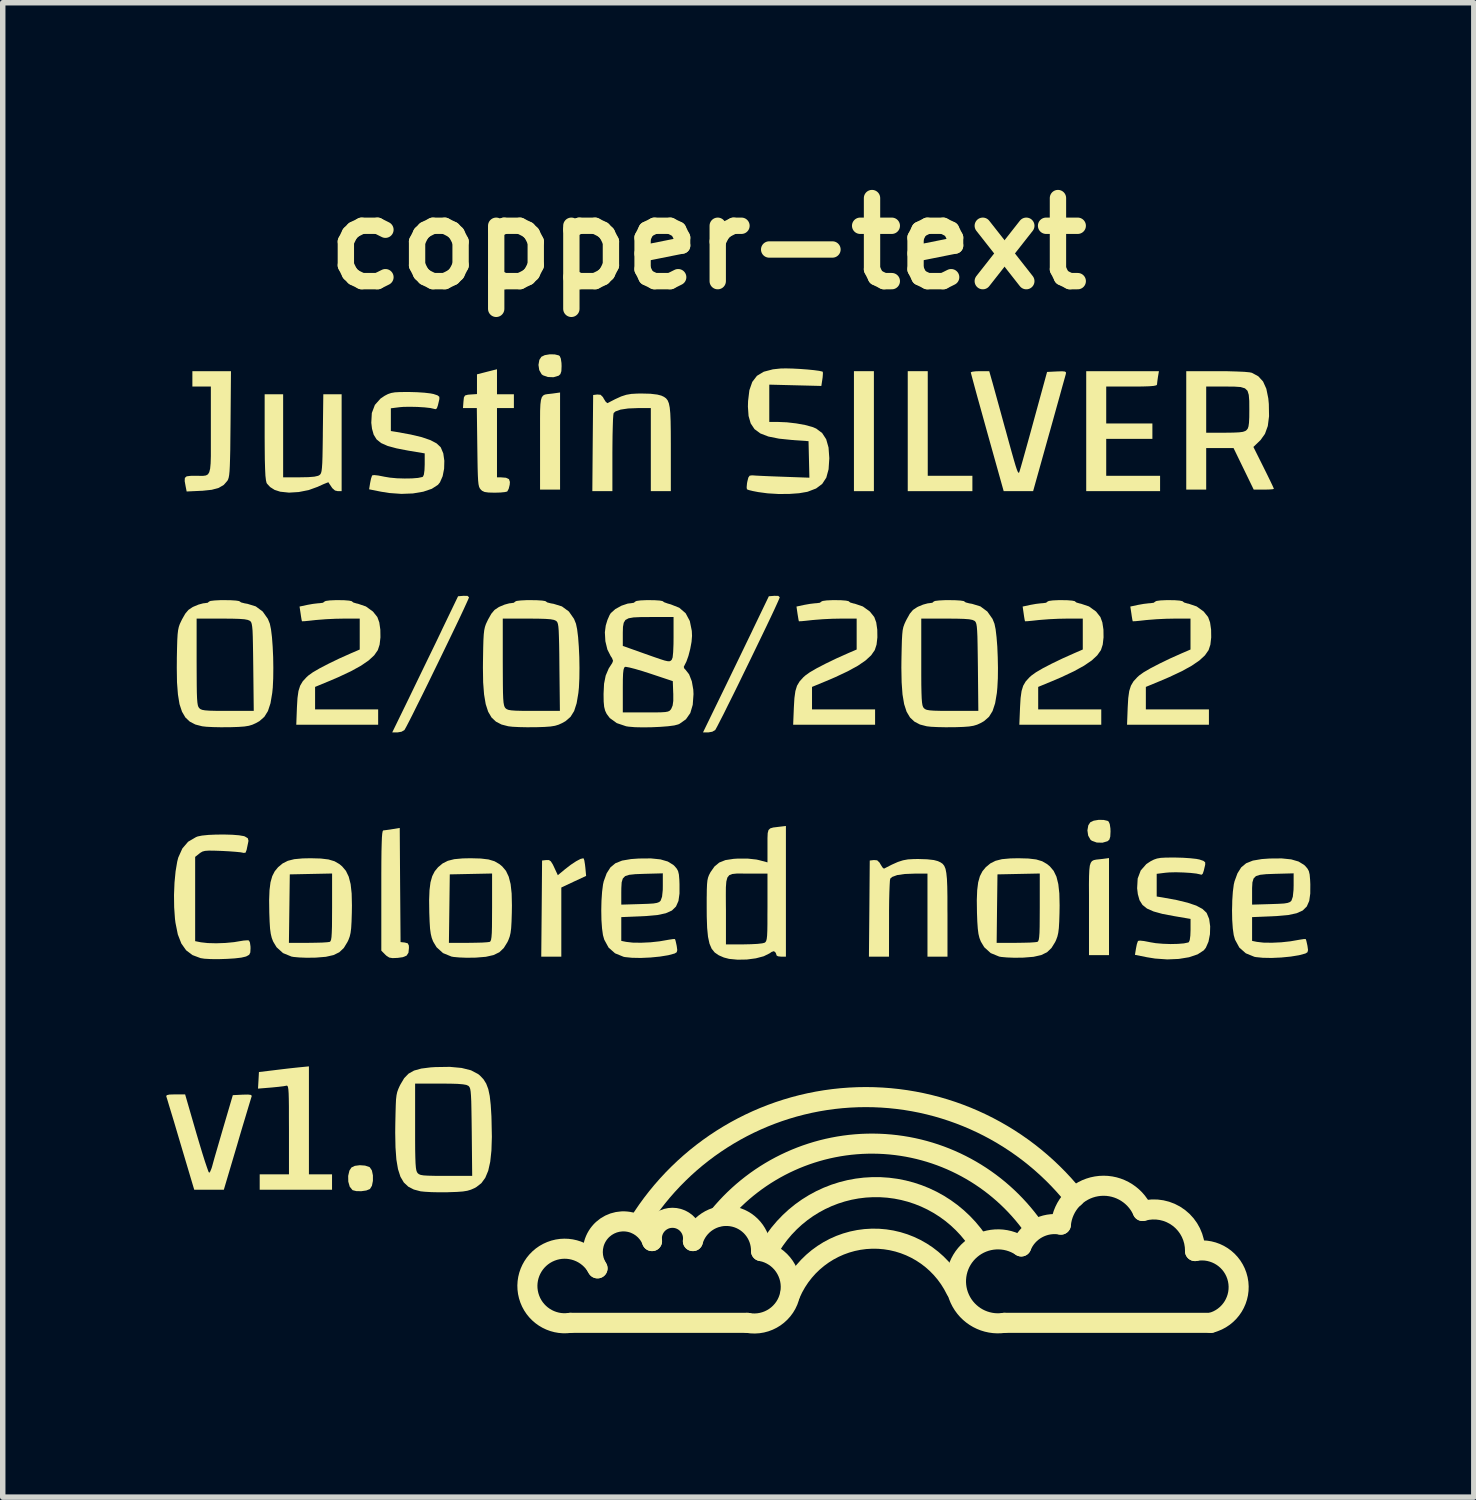
<source format=kicad_pcb>
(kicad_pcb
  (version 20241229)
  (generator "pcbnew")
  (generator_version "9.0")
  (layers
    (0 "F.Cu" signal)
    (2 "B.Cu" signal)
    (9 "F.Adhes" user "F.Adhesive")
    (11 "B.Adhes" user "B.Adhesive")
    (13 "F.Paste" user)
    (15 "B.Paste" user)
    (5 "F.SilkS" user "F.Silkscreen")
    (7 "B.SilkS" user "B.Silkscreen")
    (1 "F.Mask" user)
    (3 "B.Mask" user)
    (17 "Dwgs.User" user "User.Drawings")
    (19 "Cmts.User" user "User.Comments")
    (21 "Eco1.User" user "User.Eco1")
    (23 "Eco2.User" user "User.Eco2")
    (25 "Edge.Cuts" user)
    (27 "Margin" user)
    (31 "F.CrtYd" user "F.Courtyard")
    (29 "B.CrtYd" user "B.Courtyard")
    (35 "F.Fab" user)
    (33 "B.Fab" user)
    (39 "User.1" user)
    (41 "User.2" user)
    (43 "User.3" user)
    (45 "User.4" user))
  (footprint "copper-text"
    (layer "F.Cu")
    (at 9.935 11.418)
    (property "Reference" "copper-text" (at 0 -10 0) (layer "F.SilkS") (effects (font (size 1.524 1.524) (thickness 0.3))))
    (attr board_only exclude_from_pos_files exclude_from_bom)
    (fp_line (start -2.524 9.799) (end 0.726 9.799) (stroke (width 0.368) (type solid)) (layer "F.SilkS"))
    (fp_line (start 5.437 9.799) (end 9.226 9.799) (stroke (width 0.368) (type solid)) (layer "F.SilkS"))
    (fp_arc (start -2.524015 9.798953) (mid -3.238153 8.816883) (end -2.024015 8.798953) (stroke (width 0.368) (type solid)) (layer "F.SilkS"))
    (fp_arc (start -2.024015 8.798953) (mid -1.8 7.996982) (end -1.024015 8.298953) (stroke (width 0.368) (type solid)) (layer "F.SilkS"))
    (fp_arc (start -1.274015 7.983415) (mid 2.599899 5.666549) (end 6.725985 7.496982) (stroke (width 0.368) (type solid)) (layer "F.SilkS"))
    (fp_arc (start -1.024015 8.298953) (mid -0.649014 7.871747) (end -0.274015 8.298953) (stroke (width 0.368) (type solid)) (layer "F.SilkS"))
    (fp_arc (start -0.274015 8.298953) (mid 0.430875 7.84443) (end 0.975985 8.48186) (stroke (width 0.368) (type solid)) (layer "F.SilkS"))
    (fp_arc (start 0.2 7.84443) (mid 3.13874 6.51351) (end 5.975985 8.048953) (stroke (width 0.368) (type solid)) (layer "F.SilkS"))
    (fp_arc (start 0.975985 8.48186) (mid 1.514547 9.266357) (end 0.725985 9.798953) (stroke (width 0.368) (type solid)) (layer "F.SilkS"))
    (fp_arc (start 1.15 8.396982) (mid 3.022697 7.309481) (end 4.95 8.296982) (stroke (width 0.368) (type solid)) (layer "F.SilkS"))
    (fp_arc (start 1.514547 9.266357) (mid 3.009952 8.255013) (end 4.55 9.196982) (stroke (width 0.368) (type solid)) (layer "F.SilkS"))
    (fp_arc (start 5.437423 9.798953) (mid 4.570297 8.869791) (end 5.75 8.396982) (stroke (width 0.368) (type solid)) (layer "F.SilkS"))
    (fp_arc (start 5.75 8.396982) (mid 6.042477 8.069) (end 6.475985 7.996982) (stroke (width 0.368) (type solid)) (layer "F.SilkS"))
    (fp_arc (start 6.475985 7.996982) (mid 7.129774 7.294715) (end 7.975985 7.746982) (stroke (width 0.368) (type solid)) (layer "F.SilkS"))
    (fp_arc (start 7.975985 7.746982) (mid 8.640746 7.873639) (end 8.937423 8.48186) (stroke (width 0.368) (type solid)) (layer "F.SilkS"))
    (fp_arc (start 8.937423 8.48186) (mid 9.722565 9) (end 9.225985 9.798953) (stroke (width 0.368) (type solid)) (layer "F.SilkS"))
    (fp_poly (pts (xy 3.046 -5.458) (xy 2.68 -5.458) (xy 2.68 -7.659) (xy 3.046 -7.659)) (stroke (width 0) (type solid)) (fill yes) (layer "F.SilkS"))
    (fp_poly (pts (xy 4.034 -5.74) (xy 4.853 -5.74) (xy 4.853 -5.458) (xy 3.667 -5.458) (xy 3.667 -7.659) (xy 4.034 -7.659)) (stroke (width 0) (type solid)) (fill yes) (layer "F.SilkS"))
    (fp_poly (pts (xy -2.711 -5.486) (xy -3.078 -5.486) (xy -3.078 -6.345) (xy -3.078 -6.59) (xy -3.078 -6.785) (xy -3.077 -6.936) (xy -3.072 -7.048) (xy -3.062 -7.127) (xy -3.046 -7.18) (xy -3.022 -7.212) (xy -2.989 -7.23) (xy -2.945 -7.238) (xy -2.888 -7.244) (xy -2.845 -7.249) (xy -2.711 -7.268)) (stroke (width 0) (type solid)) (fill yes) (layer "F.SilkS"))
    (fp_poly (pts (xy 7.359 3.053) (xy 6.992 3.053) (xy 6.992 2.195) (xy 6.992 1.949) (xy 6.991 1.754) (xy 6.993 1.604) (xy 6.998 1.492) (xy 7.007 1.412) (xy 7.024 1.36) (xy 7.047 1.328) (xy 7.081 1.31) (xy 7.125 1.301) (xy 7.182 1.295) (xy 7.225 1.29) (xy 7.359 1.272)) (stroke (width 0) (type solid)) (fill yes) (layer "F.SilkS"))
    (fp_poly (pts (xy -2.81 -7.967) (xy -2.736 -7.949) (xy -2.717 -7.936) (xy -2.697 -7.89) (xy -2.685 -7.809) (xy -2.683 -7.753) (xy -2.687 -7.659) (xy -2.705 -7.605) (xy -2.737 -7.576) (xy -2.831 -7.548) (xy -2.935 -7.552) (xy -3.024 -7.583) (xy -3.05 -7.603) (xy -3.093 -7.679) (xy -3.107 -7.774) (xy -3.091 -7.866) (xy -3.054 -7.923) (xy -2.992 -7.953) (xy -2.903 -7.968)) (stroke (width 0) (type solid)) (fill yes) (layer "F.SilkS"))
    (fp_poly (pts (xy 7.26 0.573) (xy 7.333 0.59) (xy 7.353 0.604) (xy 7.373 0.65) (xy 7.385 0.73) (xy 7.387 0.786) (xy 7.382 0.881) (xy 7.365 0.935) (xy 7.332 0.964) (xy 7.239 0.991) (xy 7.134 0.988) (xy 7.046 0.956) (xy 7.02 0.937) (xy 6.977 0.861) (xy 6.963 0.765) (xy 6.979 0.673) (xy 7.015 0.617) (xy 7.078 0.587) (xy 7.167 0.572)) (stroke (width 0) (type solid)) (fill yes) (layer "F.SilkS"))
    (fp_poly (pts (xy -6.288 6.914) (xy -6.21 6.94) (xy -6.201 6.946) (xy -6.163 7.003) (xy -6.144 7.093) (xy -6.144 7.194) (xy -6.162 7.284) (xy -6.199 7.344) (xy -6.201 7.345) (xy -6.266 7.371) (xy -6.358 7.384) (xy -6.45 7.382) (xy -6.517 7.365) (xy -6.519 7.363) (xy -6.569 7.302) (xy -6.596 7.208) (xy -6.598 7.103) (xy -6.575 7.006) (xy -6.538 6.949) (xy -6.476 6.919) (xy -6.385 6.907)) (stroke (width 0) (type solid)) (fill yes) (layer "F.SilkS"))
    (fp_poly (pts (xy 8.257 -7.553) (xy 8.246 -7.475) (xy 8.24 -7.418) (xy 8.24 -7.412) (xy 8.225 -7.399) (xy 8.179 -7.389) (xy 8.095 -7.382) (xy 7.966 -7.378) (xy 7.788 -7.377) (xy 7.774 -7.377) (xy 7.308 -7.377) (xy 7.308 -6.7) (xy 8.155 -6.7) (xy 8.155 -6.417) (xy 7.308 -6.417) (xy 7.308 -5.74) (xy 8.296 -5.74) (xy 8.296 -5.458) (xy 6.941 -5.458) (xy 6.941 -7.659) (xy 8.275 -7.659)) (stroke (width 0) (type solid)) (fill yes) (layer "F.SilkS"))
    (fp_poly (pts (xy -2.278 1.281) (xy -2.266 1.316) (xy -2.254 1.389) (xy -2.247 1.449) (xy -2.233 1.6) (xy -2.461 1.706) (xy -2.688 1.813) (xy -2.688 3.082) (xy -3.056 3.082) (xy -3.048 2.2) (xy -3.041 1.318) (xy -2.963 1.309) (xy -2.915 1.309) (xy -2.88 1.333) (xy -2.844 1.39) (xy -2.819 1.443) (xy -2.752 1.587) (xy -2.618 1.476) (xy -2.513 1.395) (xy -2.416 1.331) (xy -2.337 1.289) (xy -2.287 1.277)) (stroke (width 0) (type solid)) (fill yes) (layer "F.SilkS"))
    (fp_poly (pts (xy -7.318 7.075) (xy -6.894 7.075) (xy -6.894 7.357) (xy -8.221 7.357) (xy -8.221 7.075) (xy -7.684 7.075) (xy -7.684 6.255) (xy -7.685 6.018) (xy -7.685 5.832) (xy -7.687 5.69) (xy -7.69 5.588) (xy -7.695 5.518) (xy -7.702 5.475) (xy -7.711 5.454) (xy -7.723 5.447) (xy -7.734 5.449) (xy -7.784 5.458) (xy -7.874 5.469) (xy -7.985 5.48) (xy -8.018 5.483) (xy -8.252 5.502) (xy -8.243 5.35) (xy -8.235 5.198) (xy -7.97 5.166) (xy -7.824 5.148) (xy -7.671 5.13) (xy -7.54 5.116) (xy -7.512 5.113) (xy -7.318 5.094)) (stroke (width 0) (type solid)) (fill yes) (layer "F.SilkS"))
    (fp_poly (pts (xy -5.645 1.767) (xy -5.637 2.814) (xy -5.56 2.822) (xy -5.505 2.837) (xy -5.485 2.877) (xy -5.483 2.921) (xy -5.492 3.009) (xy -5.526 3.062) (xy -5.596 3.091) (xy -5.689 3.104) (xy -5.784 3.108) (xy -5.844 3.098) (xy -5.892 3.068) (xy -5.918 3.044) (xy -5.99 2.971) (xy -5.99 1.869) (xy -5.99 1.579) (xy -5.989 1.34) (xy -5.987 1.15) (xy -5.983 1.003) (xy -5.979 0.895) (xy -5.973 0.823) (xy -5.965 0.781) (xy -5.956 0.766) (xy -5.955 0.766) (xy -5.908 0.76) (xy -5.828 0.749) (xy -5.786 0.742) (xy -5.652 0.72)) (stroke (width 0) (type solid)) (fill yes) (layer "F.SilkS"))
    (fp_poly (pts (xy -4.409 -3.537) (xy -4.383 -3.513) (xy -4.382 -3.509) (xy -4.394 -3.477) (xy -4.429 -3.4) (xy -4.482 -3.284) (xy -4.551 -3.137) (xy -4.634 -2.963) (xy -4.727 -2.77) (xy -4.827 -2.563) (xy -4.931 -2.348) (xy -5.037 -2.131) (xy -5.14 -1.919) (xy -5.239 -1.718) (xy -5.331 -1.534) (xy -5.411 -1.372) (xy -5.478 -1.24) (xy -5.529 -1.142) (xy -5.56 -1.086) (xy -5.566 -1.076) (xy -5.619 -1.045) (xy -5.694 -1.032) (xy -5.696 -1.032) (xy -5.79 -1.032) (xy -5.477 -1.674) (xy -5.369 -1.898) (xy -5.247 -2.15) (xy -5.121 -2.41) (xy -4.999 -2.661) (xy -4.892 -2.884) (xy -4.874 -2.923) (xy -4.582 -3.53) (xy -4.482 -3.538)) (stroke (width 0) (type solid)) (fill yes) (layer "F.SilkS"))
    (fp_poly (pts (xy 1.292 -3.537) (xy 1.318 -3.513) (xy 1.318 -3.509) (xy 1.306 -3.477) (xy 1.272 -3.4) (xy 1.219 -3.284) (xy 1.15 -3.137) (xy 1.067 -2.963) (xy 0.974 -2.77) (xy 0.874 -2.563) (xy 0.77 -2.348) (xy 0.664 -2.131) (xy 0.561 -1.919) (xy 0.462 -1.718) (xy 0.37 -1.534) (xy 0.29 -1.372) (xy 0.222 -1.24) (xy 0.172 -1.142) (xy 0.141 -1.086) (xy 0.135 -1.076) (xy 0.082 -1.045) (xy 0.007 -1.032) (xy 0.004 -1.032) (xy -0.089 -1.032) (xy 0.223 -1.674) (xy 0.332 -1.898) (xy 0.454 -2.15) (xy 0.58 -2.41) (xy 0.701 -2.661) (xy 0.809 -2.884) (xy 0.827 -2.923) (xy 1.119 -3.53) (xy 1.219 -3.538)) (stroke (width 0) (type solid)) (fill yes) (layer "F.SilkS"))
    (fp_poly (pts (xy -8.756 -6.691) (xy -8.759 -6.429) (xy -8.761 -6.217) (xy -8.765 -6.049) (xy -8.769 -5.921) (xy -8.774 -5.825) (xy -8.781 -5.755) (xy -8.79 -5.706) (xy -8.801 -5.672) (xy -8.814 -5.648) (xy -8.882 -5.571) (xy -8.975 -5.517) (xy -9.101 -5.483) (xy -9.272 -5.465) (xy -9.304 -5.464) (xy -9.561 -5.452) (xy -9.579 -5.543) (xy -9.597 -5.642) (xy -9.594 -5.701) (xy -9.561 -5.73) (xy -9.489 -5.739) (xy -9.402 -5.74) (xy -9.32 -5.739) (xy -9.256 -5.739) (xy -9.207 -5.746) (xy -9.17 -5.767) (xy -9.146 -5.807) (xy -9.13 -5.872) (xy -9.121 -5.968) (xy -9.117 -6.101) (xy -9.117 -6.277) (xy -9.117 -6.502) (xy -9.117 -6.576) (xy -9.117 -7.377) (xy -9.456 -7.377) (xy -9.456 -7.659) (xy -8.748 -7.659)) (stroke (width 0) (type solid)) (fill yes) (layer "F.SilkS"))
    (fp_poly (pts (xy -7.791 -5.712) (xy -7.486 -5.712) (xy -7.327 -5.715) (xy -7.217 -5.724) (xy -7.148 -5.74) (xy -7.126 -5.752) (xy -7.109 -5.767) (xy -7.096 -5.79) (xy -7.086 -5.828) (xy -7.079 -5.887) (xy -7.073 -5.974) (xy -7.069 -6.095) (xy -7.066 -6.259) (xy -7.063 -6.471) (xy -7.063 -6.514) (xy -7.054 -7.236) (xy -6.718 -7.236) (xy -6.718 -5.458) (xy -6.788 -5.458) (xy -6.84 -5.47) (xy -6.889 -5.513) (xy -6.945 -5.596) (xy -6.96 -5.621) (xy -6.985 -5.613) (xy -7.049 -5.587) (xy -7.138 -5.547) (xy -7.154 -5.539) (xy -7.322 -5.478) (xy -7.504 -5.442) (xy -7.683 -5.431) (xy -7.844 -5.448) (xy -7.947 -5.481) (xy -8.029 -5.533) (xy -8.087 -5.596) (xy -8.095 -5.61) (xy -8.106 -5.657) (xy -8.116 -5.741) (xy -8.122 -5.868) (xy -8.127 -6.041) (xy -8.129 -6.264) (xy -8.13 -6.461) (xy -8.13 -7.236) (xy -7.791 -7.236)) (stroke (width 0) (type solid)) (fill yes) (layer "F.SilkS"))
    (fp_poly (pts (xy -3.868 -7.236) (xy -3.558 -7.236) (xy -3.558 -6.982) (xy -3.868 -6.982) (xy -3.868 -5.712) (xy -3.805 -5.712) (xy -3.703 -5.704) (xy -3.648 -5.678) (xy -3.631 -5.627) (xy -3.635 -5.575) (xy -3.653 -5.502) (xy -3.678 -5.455) (xy -3.682 -5.451) (xy -3.724 -5.441) (xy -3.805 -5.433) (xy -3.909 -5.43) (xy -3.913 -5.43) (xy -4.024 -5.433) (xy -4.095 -5.443) (xy -4.142 -5.465) (xy -4.167 -5.489) (xy -4.184 -5.511) (xy -4.197 -5.541) (xy -4.207 -5.586) (xy -4.214 -5.652) (xy -4.219 -5.748) (xy -4.223 -5.879) (xy -4.226 -6.053) (xy -4.229 -6.265) (xy -4.238 -6.982) (xy -4.492 -6.982) (xy -4.483 -7.102) (xy -4.475 -7.177) (xy -4.454 -7.213) (xy -4.403 -7.227) (xy -4.355 -7.231) (xy -4.235 -7.239) (xy -4.235 -7.601) (xy -4.129 -7.628) (xy -4.036 -7.652) (xy -3.952 -7.673) (xy -3.946 -7.675) (xy -3.868 -7.694)) (stroke (width 0) (type solid)) (fill yes) (layer "F.SilkS"))
    (fp_poly (pts (xy -9.589 5.608) (xy -9.381 6.327) (xy -9.324 6.519) (xy -9.272 6.691) (xy -9.226 6.837) (xy -9.188 6.949) (xy -9.162 7.022) (xy -9.148 7.047) (xy -9.128 7.022) (xy -9.103 6.96) (xy -9.093 6.927) (xy -9.076 6.864) (xy -9.046 6.757) (xy -9.005 6.616) (xy -8.957 6.451) (xy -8.905 6.272) (xy -8.888 6.214) (xy -8.714 5.622) (xy -8.534 5.613) (xy -8.434 5.611) (xy -8.381 5.618) (xy -8.367 5.635) (xy -8.368 5.641) (xy -8.379 5.677) (xy -8.404 5.759) (xy -8.441 5.882) (xy -8.488 6.039) (xy -8.543 6.221) (xy -8.603 6.424) (xy -8.63 6.518) (xy -8.879 7.357) (xy -9.422 7.357) (xy -9.672 6.518) (xy -9.734 6.309) (xy -9.791 6.116) (xy -9.842 5.948) (xy -9.884 5.81) (xy -9.914 5.709) (xy -9.932 5.652) (xy -9.935 5.643) (xy -9.926 5.622) (xy -9.876 5.611) (xy -9.778 5.608) (xy -9.769 5.608)) (stroke (width 0) (type solid)) (fill yes) (layer "F.SilkS"))
    (fp_poly (pts (xy -1.055 -7.245) (xy -0.928 -7.23) (xy -0.854 -7.211) (xy -0.805 -7.188) (xy -0.767 -7.161) (xy -0.737 -7.123) (xy -0.715 -7.069) (xy -0.699 -6.991) (xy -0.689 -6.885) (xy -0.683 -6.742) (xy -0.68 -6.558) (xy -0.679 -6.326) (xy -0.679 -6.235) (xy -0.679 -5.458) (xy -1.046 -5.458) (xy -1.046 -6.982) (xy -1.279 -6.982) (xy -1.461 -6.975) (xy -1.601 -6.954) (xy -1.694 -6.921) (xy -1.728 -6.891) (xy -1.734 -6.854) (xy -1.74 -6.768) (xy -1.744 -6.642) (xy -1.748 -6.485) (xy -1.75 -6.303) (xy -1.751 -6.156) (xy -1.751 -5.458) (xy -2.119 -5.458) (xy -2.112 -6.34) (xy -2.104 -7.222) (xy -2.028 -7.231) (xy -1.968 -7.226) (xy -1.925 -7.184) (xy -1.907 -7.151) (xy -1.872 -7.096) (xy -1.844 -7.073) (xy -1.841 -7.073) (xy -1.699 -7.146) (xy -1.589 -7.196) (xy -1.496 -7.226) (xy -1.403 -7.242) (xy -1.295 -7.248) (xy -1.215 -7.249)) (stroke (width 0) (type solid)) (fill yes) (layer "F.SilkS"))
    (fp_poly (pts (xy 4.02 1.295) (xy 4.146 1.309) (xy 4.22 1.329) (xy 4.269 1.352) (xy 4.308 1.379) (xy 4.337 1.416) (xy 4.36 1.471) (xy 4.375 1.548) (xy 4.386 1.655) (xy 4.392 1.797) (xy 4.395 1.981) (xy 4.395 2.214) (xy 4.396 2.304) (xy 4.396 3.082) (xy 4.029 3.082) (xy 4.029 1.558) (xy 3.796 1.558) (xy 3.613 1.565) (xy 3.473 1.585) (xy 3.381 1.619) (xy 3.347 1.649) (xy 3.34 1.686) (xy 3.335 1.771) (xy 3.33 1.897) (xy 3.326 2.055) (xy 3.324 2.237) (xy 3.324 2.383) (xy 3.323 3.082) (xy 2.955 3.082) (xy 2.963 2.2) (xy 2.97 1.318) (xy 3.046 1.309) (xy 3.106 1.314) (xy 3.149 1.355) (xy 3.168 1.388) (xy 3.203 1.444) (xy 3.23 1.467) (xy 3.233 1.466) (xy 3.376 1.393) (xy 3.486 1.344) (xy 3.579 1.314) (xy 3.671 1.297) (xy 3.779 1.291) (xy 3.859 1.29)) (stroke (width 0) (type solid)) (fill yes) (layer "F.SilkS"))
    (fp_poly (pts (xy 5.204 -7.511) (xy 5.223 -7.445) (xy 5.254 -7.333) (xy 5.295 -7.184) (xy 5.344 -7.007) (xy 5.398 -6.81) (xy 5.455 -6.602) (xy 5.459 -6.59) (xy 5.523 -6.356) (xy 5.574 -6.172) (xy 5.614 -6.031) (xy 5.644 -5.929) (xy 5.667 -5.859) (xy 5.684 -5.817) (xy 5.696 -5.798) (xy 5.705 -5.795) (xy 5.71 -5.799) (xy 5.72 -5.828) (xy 5.743 -5.905) (xy 5.777 -6.024) (xy 5.82 -6.178) (xy 5.871 -6.361) (xy 5.928 -6.567) (xy 5.972 -6.728) (xy 6.223 -7.645) (xy 6.402 -7.654) (xy 6.499 -7.657) (xy 6.551 -7.652) (xy 6.57 -7.637) (xy 6.568 -7.611) (xy 6.558 -7.574) (xy 6.534 -7.488) (xy 6.498 -7.36) (xy 6.453 -7.196) (xy 6.399 -7.003) (xy 6.339 -6.787) (xy 6.274 -6.554) (xy 6.261 -6.509) (xy 5.967 -5.458) (xy 5.697 -5.458) (xy 5.427 -5.458) (xy 5.125 -6.537) (xy 5.059 -6.775) (xy 4.998 -6.995) (xy 4.943 -7.192) (xy 4.897 -7.361) (xy 4.861 -7.494) (xy 4.836 -7.588) (xy 4.824 -7.634) (xy 4.824 -7.638) (xy 4.85 -7.649) (xy 4.917 -7.657) (xy 4.993 -7.659) (xy 5.162 -7.659)) (stroke (width 0) (type solid)) (fill yes) (layer "F.SilkS"))
    (fp_poly (pts (xy 9.534 -7.658) (xy 9.704 -7.653) (xy 9.842 -7.647) (xy 9.938 -7.638) (xy 9.98 -7.629) (xy 10.098 -7.565) (xy 10.185 -7.47) (xy 10.245 -7.337) (xy 10.281 -7.161) (xy 10.291 -7.057) (xy 10.295 -6.833) (xy 10.272 -6.653) (xy 10.22 -6.509) (xy 10.138 -6.394) (xy 10.122 -6.379) (xy 10.008 -6.269) (xy 10.196 -5.892) (xy 10.262 -5.759) (xy 10.318 -5.644) (xy 10.359 -5.558) (xy 10.381 -5.508) (xy 10.384 -5.5) (xy 10.358 -5.493) (xy 10.291 -5.488) (xy 10.199 -5.486) (xy 10.014 -5.486) (xy 9.829 -5.867) (xy 9.644 -6.248) (xy 9.142 -6.248) (xy 9.142 -5.486) (xy 8.776 -5.486) (xy 8.776 -6.53) (xy 9.142 -6.53) (xy 9.486 -6.53) (xy 9.638 -6.532) (xy 9.745 -6.537) (xy 9.815 -6.546) (xy 9.86 -6.562) (xy 9.881 -6.577) (xy 9.904 -6.605) (xy 9.918 -6.646) (xy 9.927 -6.711) (xy 9.932 -6.812) (xy 9.933 -6.956) (xy 9.932 -7.113) (xy 9.923 -7.224) (xy 9.9 -7.299) (xy 9.853 -7.344) (xy 9.774 -7.368) (xy 9.655 -7.376) (xy 9.489 -7.377) (xy 9.475 -7.377) (xy 9.142 -7.377) (xy 9.142 -6.53) (xy 8.776 -6.53) (xy 8.776 -7.659) (xy 9.338 -7.659)) (stroke (width 0) (type solid)) (fill yes) (layer "F.SilkS"))
    (fp_poly (pts (xy -6.669 -3.457) (xy -6.583 -3.45) (xy -6.534 -3.44) (xy -6.527 -3.434) (xy -6.502 -3.415) (xy -6.441 -3.397) (xy -6.419 -3.393) (xy -6.273 -3.343) (xy -6.144 -3.25) (xy -6.063 -3.149) (xy -6.027 -3.05) (xy -6.008 -2.918) (xy -6.006 -2.776) (xy -6.021 -2.643) (xy -6.054 -2.542) (xy -6.121 -2.446) (xy -6.223 -2.352) (xy -6.363 -2.256) (xy -6.546 -2.155) (xy -6.778 -2.046) (xy -6.944 -1.975) (xy -7.205 -1.867) (xy -7.205 -1.455) (xy -6.048 -1.455) (xy -6.048 -1.173) (xy -7.55 -1.173) (xy -7.538 -1.491) (xy -7.528 -1.662) (xy -7.51 -1.791) (xy -7.479 -1.889) (xy -7.432 -1.969) (xy -7.363 -2.044) (xy -7.327 -2.077) (xy -7.246 -2.135) (xy -7.119 -2.209) (xy -6.955 -2.294) (xy -6.761 -2.388) (xy -6.544 -2.485) (xy -6.52 -2.495) (xy -6.386 -2.553) (xy -6.386 -3.12) (xy -6.676 -3.12) (xy -6.833 -3.117) (xy -7.004 -3.109) (xy -7.157 -3.097) (xy -7.203 -3.093) (xy -7.311 -3.081) (xy -7.395 -3.073) (xy -7.441 -3.071) (xy -7.446 -3.072) (xy -7.453 -3.101) (xy -7.464 -3.167) (xy -7.47 -3.21) (xy -7.49 -3.341) (xy -7.346 -3.372) (xy -7.244 -3.39) (xy -7.151 -3.401) (xy -7.119 -3.403) (xy -7.06 -3.411) (xy -7.035 -3.431) (xy -7.009 -3.444) (xy -6.935 -3.454) (xy -6.823 -3.459) (xy -6.781 -3.459)) (stroke (width 0) (type solid)) (fill yes) (layer "F.SilkS"))
    (fp_poly (pts (xy 2.446 -3.457) (xy 2.533 -3.45) (xy 2.582 -3.44) (xy 2.588 -3.434) (xy 2.613 -3.415) (xy 2.675 -3.397) (xy 2.697 -3.393) (xy 2.843 -3.343) (xy 2.972 -3.25) (xy 3.053 -3.149) (xy 3.089 -3.05) (xy 3.108 -2.918) (xy 3.11 -2.776) (xy 3.095 -2.643) (xy 3.062 -2.542) (xy 2.995 -2.446) (xy 2.893 -2.352) (xy 2.753 -2.256) (xy 2.569 -2.155) (xy 2.338 -2.046) (xy 2.172 -1.975) (xy 1.911 -1.867) (xy 1.911 -1.455) (xy 3.068 -1.455) (xy 3.068 -1.173) (xy 1.565 -1.173) (xy 1.578 -1.491) (xy 1.588 -1.662) (xy 1.606 -1.791) (xy 1.636 -1.889) (xy 1.684 -1.969) (xy 1.752 -2.044) (xy 1.789 -2.077) (xy 1.87 -2.135) (xy 1.997 -2.209) (xy 2.161 -2.294) (xy 2.355 -2.388) (xy 2.572 -2.485) (xy 2.595 -2.495) (xy 2.73 -2.553) (xy 2.73 -3.12) (xy 2.44 -3.12) (xy 2.282 -3.117) (xy 2.112 -3.109) (xy 1.959 -3.097) (xy 1.913 -3.093) (xy 1.804 -3.081) (xy 1.721 -3.073) (xy 1.674 -3.071) (xy 1.67 -3.072) (xy 1.663 -3.101) (xy 1.652 -3.167) (xy 1.645 -3.21) (xy 1.626 -3.341) (xy 1.77 -3.372) (xy 1.872 -3.39) (xy 1.965 -3.401) (xy 1.997 -3.403) (xy 2.056 -3.411) (xy 2.08 -3.431) (xy 2.107 -3.444) (xy 2.181 -3.454) (xy 2.292 -3.459) (xy 2.334 -3.459)) (stroke (width 0) (type solid)) (fill yes) (layer "F.SilkS"))
    (fp_poly (pts (xy 6.595 -3.457) (xy 6.682 -3.45) (xy 6.731 -3.44) (xy 6.737 -3.434) (xy 6.762 -3.415) (xy 6.824 -3.397) (xy 6.845 -3.393) (xy 6.992 -3.343) (xy 7.121 -3.25) (xy 7.201 -3.149) (xy 7.237 -3.05) (xy 7.257 -2.918) (xy 7.259 -2.776) (xy 7.244 -2.643) (xy 7.211 -2.542) (xy 7.143 -2.446) (xy 7.042 -2.352) (xy 6.901 -2.256) (xy 6.718 -2.155) (xy 6.487 -2.046) (xy 6.321 -1.975) (xy 6.06 -1.867) (xy 6.06 -1.455) (xy 7.217 -1.455) (xy 7.217 -1.173) (xy 5.714 -1.173) (xy 5.727 -1.491) (xy 5.737 -1.662) (xy 5.755 -1.791) (xy 5.785 -1.889) (xy 5.832 -1.969) (xy 5.901 -2.044) (xy 5.938 -2.077) (xy 6.019 -2.135) (xy 6.145 -2.209) (xy 6.309 -2.294) (xy 6.504 -2.388) (xy 6.721 -2.485) (xy 6.744 -2.495) (xy 6.878 -2.553) (xy 6.878 -3.12) (xy 6.589 -3.12) (xy 6.431 -3.117) (xy 6.261 -3.109) (xy 6.107 -3.097) (xy 6.062 -3.093) (xy 5.953 -3.081) (xy 5.869 -3.073) (xy 5.823 -3.071) (xy 5.818 -3.072) (xy 5.811 -3.101) (xy 5.8 -3.167) (xy 5.794 -3.21) (xy 5.775 -3.341) (xy 5.919 -3.372) (xy 6.02 -3.39) (xy 6.113 -3.401) (xy 6.146 -3.403) (xy 6.205 -3.411) (xy 6.229 -3.431) (xy 6.256 -3.444) (xy 6.33 -3.454) (xy 6.441 -3.459) (xy 6.483 -3.459)) (stroke (width 0) (type solid)) (fill yes) (layer "F.SilkS"))
    (fp_poly (pts (xy 8.571 -3.457) (xy 8.657 -3.45) (xy 8.706 -3.44) (xy 8.713 -3.434) (xy 8.738 -3.415) (xy 8.799 -3.397) (xy 8.821 -3.393) (xy 8.967 -3.343) (xy 9.096 -3.25) (xy 9.177 -3.149) (xy 9.213 -3.05) (xy 9.232 -2.918) (xy 9.234 -2.776) (xy 9.219 -2.643) (xy 9.186 -2.542) (xy 9.119 -2.446) (xy 9.017 -2.352) (xy 8.877 -2.256) (xy 8.694 -2.155) (xy 8.462 -2.046) (xy 8.296 -1.975) (xy 8.035 -1.867) (xy 8.035 -1.455) (xy 9.192 -1.455) (xy 9.192 -1.173) (xy 7.69 -1.173) (xy 7.702 -1.491) (xy 7.712 -1.662) (xy 7.73 -1.791) (xy 7.761 -1.889) (xy 7.808 -1.969) (xy 7.877 -2.044) (xy 7.913 -2.077) (xy 7.994 -2.135) (xy 8.121 -2.209) (xy 8.285 -2.294) (xy 8.479 -2.388) (xy 8.696 -2.485) (xy 8.72 -2.495) (xy 8.854 -2.553) (xy 8.854 -3.12) (xy 8.565 -3.12) (xy 8.407 -3.117) (xy 8.236 -3.109) (xy 8.083 -3.097) (xy 8.037 -3.093) (xy 7.929 -3.081) (xy 7.845 -3.073) (xy 7.799 -3.071) (xy 7.794 -3.072) (xy 7.787 -3.101) (xy 7.776 -3.167) (xy 7.77 -3.21) (xy 7.75 -3.341) (xy 7.894 -3.372) (xy 7.996 -3.39) (xy 8.089 -3.401) (xy 8.121 -3.403) (xy 8.18 -3.411) (xy 8.205 -3.431) (xy 8.231 -3.444) (xy 8.305 -3.454) (xy 8.417 -3.459) (xy 8.459 -3.459)) (stroke (width 0) (type solid)) (fill yes) (layer "F.SilkS"))
    (fp_poly (pts (xy -8.724 0.845) (xy -8.6 0.855) (xy -8.512 0.87) (xy -8.494 0.876) (xy -8.439 0.909) (xy -8.427 0.955) (xy -8.431 0.979) (xy -8.449 1.065) (xy -8.461 1.123) (xy -8.481 1.174) (xy -8.518 1.178) (xy -8.524 1.176) (xy -8.57 1.167) (xy -8.66 1.158) (xy -8.78 1.149) (xy -8.911 1.142) (xy -9.056 1.137) (xy -9.156 1.136) (xy -9.224 1.141) (xy -9.27 1.153) (xy -9.307 1.174) (xy -9.328 1.19) (xy -9.405 1.251) (xy -9.405 2.797) (xy -9.299 2.818) (xy -9.175 2.832) (xy -9.018 2.836) (xy -8.849 2.83) (xy -8.691 2.815) (xy -8.608 2.801) (xy -8.516 2.786) (xy -8.446 2.781) (xy -8.418 2.785) (xy -8.4 2.822) (xy -8.39 2.893) (xy -8.389 2.925) (xy -8.393 3.004) (xy -8.414 3.047) (xy -8.462 3.074) (xy -8.481 3.081) (xy -8.559 3.099) (xy -8.678 3.113) (xy -8.821 3.122) (xy -8.972 3.127) (xy -9.116 3.126) (xy -9.235 3.119) (xy -9.306 3.108) (xy -9.453 3.053) (xy -9.57 2.965) (xy -9.658 2.841) (xy -9.723 2.674) (xy -9.766 2.46) (xy -9.775 2.39) (xy -9.79 2.178) (xy -9.793 1.951) (xy -9.784 1.725) (xy -9.764 1.516) (xy -9.734 1.338) (xy -9.715 1.264) (xy -9.64 1.097) (xy -9.534 0.973) (xy -9.389 0.888) (xy -9.358 0.876) (xy -9.279 0.86) (xy -9.161 0.848) (xy -9.019 0.842) (xy -8.868 0.841)) (stroke (width 0) (type solid)) (fill yes) (layer "F.SilkS"))
    (fp_poly (pts (xy -7.102 1.281) (xy -6.96 1.298) (xy -6.849 1.331) (xy -6.759 1.383) (xy -6.708 1.426) (xy -6.639 1.508) (xy -6.588 1.614) (xy -6.553 1.75) (xy -6.534 1.923) (xy -6.529 2.141) (xy -6.531 2.276) (xy -6.536 2.439) (xy -6.543 2.558) (xy -6.554 2.645) (xy -6.57 2.713) (xy -6.593 2.775) (xy -6.612 2.814) (xy -6.678 2.922) (xy -6.76 3) (xy -6.866 3.052) (xy -7.007 3.084) (xy -7.192 3.099) (xy -7.231 3.1) (xy -7.368 3.101) (xy -7.496 3.096) (xy -7.596 3.087) (xy -7.637 3.08) (xy -7.793 3.016) (xy -7.911 2.909) (xy -7.96 2.828) (xy -7.685 2.828) (xy -7.334 2.828) (xy -7.195 2.826) (xy -7.075 2.823) (xy -6.985 2.817) (xy -6.939 2.811) (xy -6.938 2.811) (xy -6.923 2.799) (xy -6.912 2.772) (xy -6.904 2.722) (xy -6.899 2.644) (xy -6.895 2.529) (xy -6.894 2.372) (xy -6.893 2.175) (xy -6.893 1.556) (xy -7.281 1.564) (xy -7.669 1.572) (xy -7.677 2.2) (xy -7.685 2.828) (xy -7.96 2.828) (xy -7.975 2.802) (xy -8 2.737) (xy -8.018 2.662) (xy -8.031 2.567) (xy -8.039 2.438) (xy -8.045 2.275) (xy -8.048 2.044) (xy -8.041 1.861) (xy -8.023 1.718) (xy -7.991 1.605) (xy -7.945 1.515) (xy -7.884 1.441) (xy -7.8 1.371) (xy -7.705 1.323) (xy -7.587 1.293) (xy -7.434 1.279) (xy -7.288 1.276)) (stroke (width 0) (type solid)) (fill yes) (layer "F.SilkS"))
    (fp_poly (pts (xy -4.167 1.281) (xy -4.024 1.298) (xy -3.914 1.331) (xy -3.824 1.383) (xy -3.772 1.426) (xy -3.703 1.508) (xy -3.653 1.614) (xy -3.618 1.75) (xy -3.599 1.923) (xy -3.594 2.141) (xy -3.596 2.276) (xy -3.601 2.439) (xy -3.608 2.558) (xy -3.619 2.645) (xy -3.635 2.713) (xy -3.658 2.775) (xy -3.676 2.814) (xy -3.743 2.922) (xy -3.824 3) (xy -3.931 3.052) (xy -4.072 3.084) (xy -4.257 3.099) (xy -4.295 3.1) (xy -4.433 3.101) (xy -4.56 3.096) (xy -4.661 3.087) (xy -4.702 3.08) (xy -4.858 3.016) (xy -4.976 2.909) (xy -5.025 2.828) (xy -4.75 2.828) (xy -4.399 2.828) (xy -4.26 2.826) (xy -4.14 2.823) (xy -4.05 2.817) (xy -4.004 2.811) (xy -4.003 2.811) (xy -3.988 2.799) (xy -3.977 2.772) (xy -3.969 2.722) (xy -3.963 2.644) (xy -3.96 2.529) (xy -3.959 2.372) (xy -3.958 2.175) (xy -3.958 1.556) (xy -4.346 1.564) (xy -4.734 1.572) (xy -4.742 2.2) (xy -4.75 2.828) (xy -5.025 2.828) (xy -5.04 2.802) (xy -5.065 2.737) (xy -5.083 2.662) (xy -5.096 2.567) (xy -5.104 2.438) (xy -5.11 2.275) (xy -5.113 2.044) (xy -5.106 1.861) (xy -5.088 1.718) (xy -5.056 1.605) (xy -5.01 1.515) (xy -4.949 1.441) (xy -4.865 1.371) (xy -4.77 1.323) (xy -4.652 1.293) (xy -4.498 1.279) (xy -4.353 1.276)) (stroke (width 0) (type solid)) (fill yes) (layer "F.SilkS"))
    (fp_poly (pts (xy 5.88 1.281) (xy 6.023 1.298) (xy 6.133 1.331) (xy 6.223 1.383) (xy 6.275 1.426) (xy 6.344 1.508) (xy 6.395 1.614) (xy 6.429 1.75) (xy 6.448 1.923) (xy 6.453 2.141) (xy 6.451 2.276) (xy 6.446 2.439) (xy 6.439 2.558) (xy 6.428 2.645) (xy 6.412 2.713) (xy 6.389 2.775) (xy 6.371 2.814) (xy 6.304 2.922) (xy 6.223 3) (xy 6.116 3.052) (xy 5.975 3.084) (xy 5.79 3.099) (xy 5.752 3.1) (xy 5.615 3.101) (xy 5.487 3.096) (xy 5.386 3.087) (xy 5.345 3.08) (xy 5.189 3.016) (xy 5.071 2.909) (xy 5.022 2.828) (xy 5.298 2.828) (xy 5.649 2.828) (xy 5.787 2.826) (xy 5.907 2.823) (xy 5.997 2.817) (xy 6.043 2.811) (xy 6.044 2.811) (xy 6.059 2.799) (xy 6.07 2.772) (xy 6.078 2.722) (xy 6.084 2.644) (xy 6.087 2.529) (xy 6.088 2.372) (xy 6.089 2.175) (xy 6.089 1.556) (xy 5.701 1.564) (xy 5.313 1.572) (xy 5.305 2.2) (xy 5.298 2.828) (xy 5.022 2.828) (xy 5.007 2.802) (xy 4.982 2.737) (xy 4.964 2.662) (xy 4.952 2.567) (xy 4.943 2.438) (xy 4.937 2.275) (xy 4.934 2.044) (xy 4.941 1.861) (xy 4.959 1.718) (xy 4.991 1.605) (xy 5.037 1.515) (xy 5.098 1.441) (xy 5.182 1.371) (xy 5.277 1.323) (xy 5.395 1.293) (xy 5.549 1.279) (xy 5.694 1.276)) (stroke (width 0) (type solid)) (fill yes) (layer "F.SilkS"))
    (fp_poly (pts (xy 1.554 -7.707) (xy 1.689 -7.7) (xy 1.824 -7.69) (xy 1.946 -7.678) (xy 2.042 -7.665) (xy 2.1 -7.652) (xy 2.109 -7.646) (xy 2.111 -7.615) (xy 2.106 -7.547) (xy 2.101 -7.512) (xy 2.082 -7.388) (xy 1.605 -7.4) (xy 1.127 -7.412) (xy 1.127 -6.728) (xy 1.28 -6.728) (xy 1.449 -6.721) (xy 1.622 -6.701) (xy 1.783 -6.672) (xy 1.916 -6.636) (xy 1.988 -6.606) (xy 2.097 -6.524) (xy 2.171 -6.41) (xy 2.214 -6.259) (xy 2.228 -6.065) (xy 2.228 -6.058) (xy 2.215 -5.86) (xy 2.173 -5.706) (xy 2.098 -5.591) (xy 1.986 -5.507) (xy 1.832 -5.448) (xy 1.82 -5.445) (xy 1.675 -5.42) (xy 1.494 -5.407) (xy 1.294 -5.406) (xy 1.095 -5.418) (xy 0.924 -5.441) (xy 0.826 -5.46) (xy 0.752 -5.478) (xy 0.717 -5.492) (xy 0.712 -5.528) (xy 0.718 -5.598) (xy 0.724 -5.632) (xy 0.743 -5.708) (xy 0.767 -5.742) (xy 0.809 -5.748) (xy 0.832 -5.747) (xy 0.888 -5.743) (xy 0.989 -5.738) (xy 1.123 -5.732) (xy 1.279 -5.726) (xy 1.389 -5.722) (xy 1.863 -5.705) (xy 1.855 -6.04) (xy 1.847 -6.375) (xy 1.551 -6.396) (xy 1.306 -6.421) (xy 1.111 -6.46) (xy 0.963 -6.517) (xy 0.856 -6.596) (xy 0.786 -6.701) (xy 0.747 -6.837) (xy 0.735 -7.008) (xy 0.738 -7.111) (xy 0.762 -7.31) (xy 0.815 -7.462) (xy 0.901 -7.574) (xy 1.026 -7.649) (xy 1.194 -7.693) (xy 1.334 -7.708) (xy 1.431 -7.71)) (stroke (width 0) (type solid)) (fill yes) (layer "F.SilkS"))
    (fp_poly (pts (xy -5.477 -7.277) (xy -5.333 -7.273) (xy -5.198 -7.264) (xy -5.088 -7.251) (xy -5.032 -7.24) (xy -4.958 -7.215) (xy -4.926 -7.189) (xy -4.925 -7.149) (xy -4.929 -7.129) (xy -4.952 -7.032) (xy -4.97 -6.98) (xy -4.99 -6.962) (xy -5.018 -6.966) (xy -5.019 -6.967) (xy -5.089 -6.983) (xy -5.197 -6.995) (xy -5.327 -7.003) (xy -5.462 -7.006) (xy -5.585 -7.004) (xy -5.656 -6.998) (xy -5.815 -6.978) (xy -5.815 -6.561) (xy -5.71 -6.544) (xy -5.451 -6.497) (xy -5.246 -6.448) (xy -5.089 -6.394) (xy -4.977 -6.335) (xy -4.906 -6.269) (xy -4.898 -6.258) (xy -4.853 -6.15) (xy -4.834 -6.015) (xy -4.838 -5.87) (xy -4.865 -5.732) (xy -4.914 -5.62) (xy -4.951 -5.574) (xy -5.064 -5.501) (xy -5.221 -5.448) (xy -5.41 -5.416) (xy -5.621 -5.408) (xy -5.845 -5.424) (xy -5.994 -5.448) (xy -6.214 -5.492) (xy -6.195 -5.609) (xy -6.179 -5.687) (xy -6.161 -5.74) (xy -6.156 -5.748) (xy -6.12 -5.753) (xy -6.046 -5.745) (xy -5.948 -5.726) (xy -5.94 -5.724) (xy -5.832 -5.706) (xy -5.701 -5.694) (xy -5.561 -5.69) (xy -5.428 -5.692) (xy -5.316 -5.701) (xy -5.24 -5.717) (xy -5.226 -5.724) (xy -5.209 -5.762) (xy -5.198 -5.843) (xy -5.194 -5.947) (xy -5.194 -6.151) (xy -5.498 -6.202) (xy -5.71 -6.243) (xy -5.873 -6.287) (xy -5.993 -6.34) (xy -6.077 -6.408) (xy -6.13 -6.494) (xy -6.161 -6.604) (xy -6.174 -6.713) (xy -6.164 -6.892) (xy -6.108 -7.04) (xy -6.004 -7.157) (xy -5.928 -7.208) (xy -5.868 -7.239) (xy -5.809 -7.259) (xy -5.74 -7.271) (xy -5.645 -7.276) (xy -5.51 -7.277)) (stroke (width 0) (type solid)) (fill yes) (layer "F.SilkS"))
    (fp_poly (pts (xy 8.572 1.263) (xy 8.716 1.267) (xy 8.851 1.276) (xy 8.961 1.288) (xy 9.017 1.299) (xy 9.091 1.324) (xy 9.123 1.35) (xy 9.124 1.391) (xy 9.12 1.411) (xy 9.097 1.507) (xy 9.079 1.559) (xy 9.059 1.578) (xy 9.031 1.573) (xy 9.03 1.572) (xy 8.961 1.557) (xy 8.852 1.545) (xy 8.722 1.537) (xy 8.587 1.533) (xy 8.464 1.536) (xy 8.394 1.542) (xy 8.234 1.562) (xy 8.234 1.978) (xy 8.34 1.995) (xy 8.598 2.042) (xy 8.803 2.092) (xy 8.96 2.145) (xy 9.072 2.205) (xy 9.143 2.271) (xy 9.151 2.281) (xy 9.196 2.389) (xy 9.215 2.525) (xy 9.211 2.67) (xy 9.184 2.807) (xy 9.135 2.919) (xy 9.098 2.965) (xy 8.985 3.039) (xy 8.828 3.092) (xy 8.639 3.123) (xy 8.428 3.132) (xy 8.204 3.116) (xy 8.055 3.092) (xy 7.835 3.048) (xy 7.854 2.931) (xy 7.87 2.852) (xy 7.888 2.8) (xy 7.893 2.792) (xy 7.929 2.787) (xy 8.003 2.795) (xy 8.101 2.814) (xy 8.109 2.816) (xy 8.217 2.834) (xy 8.348 2.845) (xy 8.488 2.85) (xy 8.621 2.847) (xy 8.733 2.838) (xy 8.809 2.822) (xy 8.823 2.816) (xy 8.84 2.778) (xy 8.851 2.696) (xy 8.855 2.592) (xy 8.855 2.389) (xy 8.551 2.337) (xy 8.339 2.297) (xy 8.176 2.252) (xy 8.056 2.199) (xy 7.973 2.132) (xy 7.919 2.046) (xy 7.888 1.935) (xy 7.875 1.827) (xy 7.885 1.648) (xy 7.941 1.5) (xy 8.045 1.382) (xy 8.121 1.332) (xy 8.182 1.301) (xy 8.24 1.281) (xy 8.309 1.269) (xy 8.404 1.264) (xy 8.539 1.263)) (stroke (width 0) (type solid)) (fill yes) (layer "F.SilkS"))
    (fp_poly (pts (xy 1.432 3.082) (xy 1.348 3.082) (xy 1.288 3.075) (xy 1.262 3.061) (xy 1.262 3.06) (xy 1.249 3.02) (xy 1.238 3.001) (xy 1.212 2.981) (xy 1.171 2.994) (xy 1.132 3.021) (xy 1.025 3.074) (xy 0.881 3.112) (xy 0.715 3.134) (xy 0.546 3.137) (xy 0.39 3.122) (xy 0.294 3.097) (xy 0.2 3.056) (xy 0.126 3.005) (xy 0.07 2.936) (xy 0.03 2.842) (xy 0.003 2.717) (xy -0.013 2.554) (xy -0.02 2.346) (xy -0.021 2.179) (xy -0.021 1.994) (xy -0.02 1.955) (xy 0.33 1.955) (xy 0.331 2.15) (xy 0.332 2.224) (xy 0.332 2.856) (xy 0.658 2.856) (xy 0.793 2.853) (xy 0.911 2.847) (xy 0.998 2.837) (xy 1.039 2.827) (xy 1.057 2.814) (xy 1.07 2.793) (xy 1.08 2.757) (xy 1.087 2.697) (xy 1.091 2.608) (xy 1.093 2.481) (xy 1.093 2.31) (xy 1.094 2.178) (xy 1.094 1.558) (xy 0.776 1.558) (xy 0.635 1.557) (xy 0.527 1.557) (xy 0.448 1.565) (xy 0.393 1.587) (xy 0.358 1.631) (xy 0.339 1.703) (xy 0.331 1.809) (xy 0.33 1.955) (xy -0.02 1.955) (xy -0.019 1.856) (xy -0.015 1.756) (xy -0.008 1.684) (xy 0.004 1.63) (xy 0.021 1.585) (xy 0.045 1.539) (xy 0.049 1.531) (xy 0.122 1.427) (xy 0.209 1.355) (xy 0.322 1.31) (xy 0.474 1.287) (xy 0.556 1.282) (xy 0.737 1.283) (xy 0.893 1.3) (xy 0.945 1.312) (xy 1.094 1.352) (xy 1.094 1.045) (xy 1.094 0.907) (xy 1.098 0.815) (xy 1.113 0.758) (xy 1.145 0.728) (xy 1.199 0.712) (xy 1.282 0.702) (xy 1.298 0.7) (xy 1.432 0.684)) (stroke (width 0) (type solid)) (fill yes) (layer "F.SilkS"))
    (fp_poly (pts (xy -0.869 1.297) (xy -0.735 1.336) (xy -0.635 1.397) (xy -0.611 1.419) (xy -0.571 1.466) (xy -0.546 1.512) (xy -0.531 1.575) (xy -0.523 1.669) (xy -0.52 1.752) (xy -0.52 1.924) (xy -0.539 2.059) (xy -0.584 2.161) (xy -0.659 2.235) (xy -0.771 2.285) (xy -0.925 2.318) (xy -1.127 2.336) (xy -1.226 2.341) (xy -1.588 2.356) (xy -1.588 2.792) (xy -1.499 2.81) (xy -1.378 2.824) (xy -1.222 2.826) (xy -1.051 2.818) (xy -0.886 2.8) (xy -0.811 2.787) (xy -0.713 2.77) (xy -0.639 2.759) (xy -0.604 2.758) (xy -0.603 2.759) (xy -0.592 2.79) (xy -0.577 2.857) (xy -0.571 2.885) (xy -0.561 2.96) (xy -0.571 3) (xy -0.606 3.022) (xy -0.611 3.024) (xy -0.726 3.055) (xy -0.879 3.08) (xy -1.053 3.097) (xy -1.23 3.105) (xy -1.391 3.102) (xy -1.52 3.089) (xy -1.545 3.084) (xy -1.702 3.02) (xy -1.821 2.915) (xy -1.9 2.77) (xy -1.924 2.686) (xy -1.941 2.563) (xy -1.952 2.406) (xy -1.955 2.231) (xy -1.953 2.127) (xy -1.588 2.127) (xy -1.247 2.117) (xy -1.1 2.112) (xy -0.999 2.106) (xy -0.934 2.095) (xy -0.894 2.08) (xy -0.869 2.058) (xy -0.866 2.053) (xy -0.84 1.982) (xy -0.827 1.858) (xy -0.826 1.776) (xy -0.826 1.553) (xy -1.167 1.562) (xy -1.329 1.568) (xy -1.443 1.58) (xy -1.517 1.604) (xy -1.56 1.648) (xy -1.581 1.718) (xy -1.587 1.821) (xy -1.588 1.904) (xy -1.588 2.127) (xy -1.953 2.127) (xy -1.951 2.054) (xy -1.94 1.891) (xy -1.923 1.758) (xy -1.91 1.699) (xy -1.856 1.552) (xy -1.787 1.444) (xy -1.696 1.368) (xy -1.573 1.319) (xy -1.409 1.291) (xy -1.266 1.281) (xy -1.044 1.279)) (stroke (width 0) (type solid)) (fill yes) (layer "F.SilkS"))
    (fp_poly (pts (xy 10.702 1.297) (xy 10.836 1.336) (xy 10.936 1.397) (xy 10.96 1.419) (xy 11 1.466) (xy 11.025 1.512) (xy 11.04 1.575) (xy 11.048 1.669) (xy 11.052 1.752) (xy 11.051 1.924) (xy 11.032 2.059) (xy 10.987 2.161) (xy 10.912 2.235) (xy 10.8 2.285) (xy 10.646 2.318) (xy 10.444 2.336) (xy 10.346 2.341) (xy 9.984 2.356) (xy 9.984 2.792) (xy 10.072 2.81) (xy 10.193 2.824) (xy 10.349 2.826) (xy 10.52 2.818) (xy 10.685 2.8) (xy 10.76 2.787) (xy 10.858 2.77) (xy 10.932 2.759) (xy 10.967 2.758) (xy 10.968 2.759) (xy 10.979 2.79) (xy 10.994 2.857) (xy 11 2.885) (xy 11.01 2.96) (xy 11 3) (xy 10.965 3.022) (xy 10.96 3.024) (xy 10.845 3.055) (xy 10.692 3.08) (xy 10.518 3.097) (xy 10.341 3.105) (xy 10.18 3.102) (xy 10.051 3.089) (xy 10.026 3.084) (xy 9.869 3.02) (xy 9.75 2.915) (xy 9.671 2.77) (xy 9.647 2.686) (xy 9.63 2.563) (xy 9.619 2.406) (xy 9.616 2.231) (xy 9.619 2.127) (xy 9.984 2.127) (xy 10.325 2.117) (xy 10.471 2.112) (xy 10.572 2.106) (xy 10.637 2.095) (xy 10.677 2.08) (xy 10.702 2.058) (xy 10.706 2.053) (xy 10.731 1.982) (xy 10.744 1.858) (xy 10.746 1.776) (xy 10.746 1.553) (xy 10.405 1.562) (xy 10.243 1.568) (xy 10.129 1.58) (xy 10.054 1.604) (xy 10.011 1.648) (xy 9.99 1.718) (xy 9.984 1.821) (xy 9.984 1.904) (xy 9.984 2.127) (xy 9.619 2.127) (xy 9.62 2.054) (xy 9.631 1.891) (xy 9.648 1.758) (xy 9.662 1.699) (xy 9.716 1.552) (xy 9.784 1.444) (xy 9.875 1.368) (xy 9.998 1.319) (xy 10.162 1.291) (xy 10.306 1.281) (xy 10.528 1.279)) (stroke (width 0) (type solid)) (fill yes) (layer "F.SilkS"))
    (fp_poly (pts (xy -4.516 5.123) (xy -4.345 5.166) (xy -4.216 5.234) (xy -4.182 5.261) (xy -4.116 5.33) (xy -4.066 5.41) (xy -4.028 5.51) (xy -4.001 5.637) (xy -3.983 5.801) (xy -3.97 6.01) (xy -3.968 6.087) (xy -3.962 6.388) (xy -3.97 6.639) (xy -3.992 6.844) (xy -4.029 7.009) (xy -4.083 7.138) (xy -4.154 7.236) (xy -4.245 7.307) (xy -4.28 7.327) (xy -4.346 7.356) (xy -4.413 7.376) (xy -4.494 7.389) (xy -4.602 7.397) (xy -4.752 7.402) (xy -4.774 7.403) (xy -4.925 7.404) (xy -5.07 7.401) (xy -5.192 7.394) (xy -5.27 7.386) (xy -5.394 7.353) (xy -5.495 7.301) (xy -5.577 7.224) (xy -5.639 7.119) (xy -5.684 6.979) (xy -5.714 6.801) (xy -5.73 6.58) (xy -5.735 6.31) (xy -5.734 6.205) (xy -5.37 6.205) (xy -5.37 6.441) (xy -5.369 6.627) (xy -5.366 6.77) (xy -5.362 6.875) (xy -5.356 6.949) (xy -5.348 6.999) (xy -5.337 7.031) (xy -5.324 7.052) (xy -5.301 7.071) (xy -5.268 7.085) (xy -5.215 7.094) (xy -5.134 7.099) (xy -5.017 7.102) (xy -4.854 7.103) (xy -4.8 7.103) (xy -4.323 7.103) (xy -4.331 6.297) (xy -4.334 6.062) (xy -4.337 5.877) (xy -4.34 5.735) (xy -4.345 5.631) (xy -4.351 5.558) (xy -4.359 5.509) (xy -4.37 5.479) (xy -4.383 5.46) (xy -4.395 5.45) (xy -4.431 5.434) (xy -4.494 5.423) (xy -4.59 5.415) (xy -4.728 5.411) (xy -4.91 5.41) (xy -5.37 5.41) (xy -5.37 6.205) (xy -5.734 6.205) (xy -5.733 6.134) (xy -5.729 5.947) (xy -5.725 5.805) (xy -5.72 5.701) (xy -5.711 5.624) (xy -5.698 5.564) (xy -5.679 5.511) (xy -5.654 5.455) (xy -5.638 5.424) (xy -5.571 5.311) (xy -5.491 5.228) (xy -5.39 5.171) (xy -5.256 5.134) (xy -5.081 5.112) (xy -4.996 5.107) (xy -4.732 5.103)) (stroke (width 0) (type solid)) (fill yes) (layer "F.SilkS"))
    (fp_poly (pts (xy -8.751 -3.457) (xy -8.657 -3.451) (xy -8.6 -3.442) (xy -8.588 -3.435) (xy -8.562 -3.417) (xy -8.497 -3.4) (xy -8.445 -3.391) (xy -8.293 -3.344) (xy -8.166 -3.25) (xy -8.071 -3.115) (xy -8.035 -3.026) (xy -8.014 -2.925) (xy -7.996 -2.781) (xy -7.983 -2.606) (xy -7.974 -2.413) (xy -7.971 -2.215) (xy -7.973 -2.025) (xy -7.981 -1.855) (xy -7.991 -1.756) (xy -8.023 -1.567) (xy -8.07 -1.424) (xy -8.136 -1.318) (xy -8.226 -1.239) (xy -8.288 -1.204) (xy -8.354 -1.174) (xy -8.42 -1.154) (xy -8.501 -1.141) (xy -8.61 -1.133) (xy -8.759 -1.128) (xy -8.782 -1.128) (xy -8.933 -1.127) (xy -9.078 -1.13) (xy -9.199 -1.136) (xy -9.277 -1.145) (xy -9.401 -1.177) (xy -9.503 -1.23) (xy -9.584 -1.306) (xy -9.646 -1.412) (xy -9.692 -1.551) (xy -9.721 -1.729) (xy -9.738 -1.95) (xy -9.742 -2.22) (xy -9.741 -2.325) (xy -9.378 -2.325) (xy -9.377 -2.089) (xy -9.376 -1.903) (xy -9.374 -1.761) (xy -9.37 -1.656) (xy -9.364 -1.581) (xy -9.356 -1.531) (xy -9.345 -1.499) (xy -9.331 -1.479) (xy -9.309 -1.46) (xy -9.275 -1.446) (xy -9.223 -1.437) (xy -9.142 -1.431) (xy -9.024 -1.428) (xy -8.862 -1.427) (xy -8.807 -1.427) (xy -8.33 -1.427) (xy -8.339 -2.234) (xy -8.342 -2.469) (xy -8.345 -2.654) (xy -8.348 -2.795) (xy -8.352 -2.899) (xy -8.359 -2.973) (xy -8.367 -3.021) (xy -8.377 -3.052) (xy -8.391 -3.071) (xy -8.402 -3.08) (xy -8.439 -3.096) (xy -8.501 -3.108) (xy -8.598 -3.115) (xy -8.736 -3.119) (xy -8.918 -3.12) (xy -9.378 -3.12) (xy -9.378 -2.325) (xy -9.741 -2.325) (xy -9.741 -2.396) (xy -9.737 -2.584) (xy -9.733 -2.725) (xy -9.727 -2.829) (xy -9.718 -2.907) (xy -9.705 -2.967) (xy -9.687 -3.02) (xy -9.661 -3.075) (xy -9.646 -3.106) (xy -9.587 -3.21) (xy -9.529 -3.279) (xy -9.455 -3.329) (xy -9.435 -3.339) (xy -9.344 -3.377) (xy -9.259 -3.4) (xy -9.231 -3.403) (xy -9.174 -3.411) (xy -9.152 -3.431) (xy -9.125 -3.444) (xy -9.05 -3.453) (xy -8.935 -3.459) (xy -8.87 -3.459)) (stroke (width 0) (type solid)) (fill yes) (layer "F.SilkS"))
    (fp_poly (pts (xy -3.135 -3.457) (xy -3.041 -3.451) (xy -2.984 -3.442) (xy -2.971 -3.435) (xy -2.946 -3.417) (xy -2.881 -3.4) (xy -2.829 -3.391) (xy -2.677 -3.344) (xy -2.549 -3.25) (xy -2.455 -3.115) (xy -2.419 -3.026) (xy -2.398 -2.925) (xy -2.38 -2.781) (xy -2.367 -2.606) (xy -2.358 -2.413) (xy -2.355 -2.215) (xy -2.357 -2.025) (xy -2.365 -1.855) (xy -2.375 -1.756) (xy -2.407 -1.567) (xy -2.453 -1.424) (xy -2.519 -1.318) (xy -2.61 -1.239) (xy -2.672 -1.204) (xy -2.738 -1.174) (xy -2.804 -1.154) (xy -2.885 -1.141) (xy -2.993 -1.133) (xy -3.143 -1.128) (xy -3.165 -1.128) (xy -3.317 -1.127) (xy -3.462 -1.13) (xy -3.583 -1.136) (xy -3.661 -1.145) (xy -3.785 -1.177) (xy -3.887 -1.23) (xy -3.968 -1.306) (xy -4.03 -1.412) (xy -4.075 -1.551) (xy -4.105 -1.729) (xy -4.122 -1.95) (xy -4.126 -2.22) (xy -4.125 -2.325) (xy -3.762 -2.325) (xy -3.761 -2.089) (xy -3.76 -1.903) (xy -3.758 -1.761) (xy -3.754 -1.656) (xy -3.748 -1.581) (xy -3.739 -1.531) (xy -3.728 -1.499) (xy -3.715 -1.479) (xy -3.692 -1.46) (xy -3.659 -1.446) (xy -3.606 -1.437) (xy -3.526 -1.431) (xy -3.408 -1.428) (xy -3.245 -1.427) (xy -3.191 -1.427) (xy -2.714 -1.427) (xy -2.723 -2.234) (xy -2.725 -2.469) (xy -2.728 -2.654) (xy -2.732 -2.795) (xy -2.736 -2.899) (xy -2.742 -2.973) (xy -2.75 -3.021) (xy -2.761 -3.052) (xy -2.775 -3.071) (xy -2.786 -3.08) (xy -2.822 -3.096) (xy -2.885 -3.108) (xy -2.982 -3.115) (xy -3.12 -3.119) (xy -3.301 -3.12) (xy -3.762 -3.12) (xy -3.762 -2.325) (xy -4.125 -2.325) (xy -4.124 -2.396) (xy -4.121 -2.584) (xy -4.117 -2.725) (xy -4.111 -2.829) (xy -4.102 -2.907) (xy -4.089 -2.967) (xy -4.071 -3.02) (xy -4.045 -3.075) (xy -4.03 -3.106) (xy -3.971 -3.21) (xy -3.913 -3.279) (xy -3.839 -3.329) (xy -3.819 -3.339) (xy -3.728 -3.377) (xy -3.643 -3.4) (xy -3.614 -3.403) (xy -3.558 -3.411) (xy -3.536 -3.431) (xy -3.509 -3.444) (xy -3.434 -3.453) (xy -3.319 -3.459) (xy -3.254 -3.459)) (stroke (width 0) (type solid)) (fill yes) (layer "F.SilkS"))
    (fp_poly (pts (xy 4.541 -3.457) (xy 4.635 -3.451) (xy 4.693 -3.442) (xy 4.705 -3.435) (xy 4.73 -3.417) (xy 4.795 -3.4) (xy 4.847 -3.391) (xy 5 -3.344) (xy 5.127 -3.25) (xy 5.222 -3.115) (xy 5.258 -3.026) (xy 5.279 -2.925) (xy 5.296 -2.781) (xy 5.31 -2.606) (xy 5.318 -2.413) (xy 5.322 -2.215) (xy 5.32 -2.025) (xy 5.311 -1.855) (xy 5.302 -1.756) (xy 5.27 -1.567) (xy 5.223 -1.424) (xy 5.157 -1.318) (xy 5.066 -1.239) (xy 5.005 -1.204) (xy 4.939 -1.174) (xy 4.872 -1.154) (xy 4.791 -1.141) (xy 4.683 -1.133) (xy 4.533 -1.128) (xy 4.511 -1.128) (xy 4.36 -1.127) (xy 4.215 -1.13) (xy 4.093 -1.136) (xy 4.015 -1.145) (xy 3.891 -1.177) (xy 3.79 -1.23) (xy 3.709 -1.306) (xy 3.646 -1.412) (xy 3.601 -1.551) (xy 3.571 -1.729) (xy 3.555 -1.95) (xy 3.55 -2.22) (xy 3.551 -2.325) (xy 3.915 -2.325) (xy 3.915 -2.089) (xy 3.916 -1.903) (xy 3.919 -1.761) (xy 3.923 -1.656) (xy 3.929 -1.581) (xy 3.937 -1.531) (xy 3.948 -1.499) (xy 3.962 -1.479) (xy 3.984 -1.46) (xy 4.017 -1.446) (xy 4.07 -1.437) (xy 4.151 -1.431) (xy 4.268 -1.428) (xy 4.431 -1.427) (xy 4.485 -1.427) (xy 4.962 -1.427) (xy 4.954 -2.234) (xy 4.951 -2.469) (xy 4.948 -2.654) (xy 4.945 -2.795) (xy 4.94 -2.899) (xy 4.934 -2.973) (xy 4.926 -3.021) (xy 4.915 -3.052) (xy 4.902 -3.071) (xy 4.89 -3.08) (xy 4.854 -3.096) (xy 4.792 -3.108) (xy 4.695 -3.115) (xy 4.557 -3.119) (xy 4.375 -3.12) (xy 3.915 -3.12) (xy 3.915 -2.325) (xy 3.551 -2.325) (xy 3.552 -2.396) (xy 3.556 -2.584) (xy 3.56 -2.725) (xy 3.566 -2.829) (xy 3.574 -2.907) (xy 3.587 -2.967) (xy 3.606 -3.02) (xy 3.631 -3.075) (xy 3.647 -3.106) (xy 3.705 -3.21) (xy 3.763 -3.279) (xy 3.838 -3.329) (xy 3.857 -3.339) (xy 3.949 -3.377) (xy 4.034 -3.4) (xy 4.062 -3.403) (xy 4.119 -3.411) (xy 4.141 -3.431) (xy 4.167 -3.444) (xy 4.243 -3.453) (xy 4.358 -3.459) (xy 4.423 -3.459)) (stroke (width 0) (type solid)) (fill yes) (layer "F.SilkS"))
    (fp_poly (pts (xy -0.969 -3.457) (xy -0.882 -3.451) (xy -0.833 -3.442) (xy -0.826 -3.438) (xy -0.801 -3.42) (xy -0.737 -3.397) (xy -0.68 -3.381) (xy -0.524 -3.319) (xy -0.407 -3.218) (xy -0.331 -3.076) (xy -0.294 -2.894) (xy -0.29 -2.803) (xy -0.299 -2.693) (xy -0.323 -2.564) (xy -0.356 -2.436) (xy -0.394 -2.33) (xy -0.418 -2.283) (xy -0.442 -2.234) (xy -0.429 -2.2) (xy -0.412 -2.185) (xy -0.344 -2.098) (xy -0.294 -1.97) (xy -0.267 -1.817) (xy -0.263 -1.735) (xy -0.277 -1.539) (xy -0.322 -1.387) (xy -0.402 -1.273) (xy -0.518 -1.191) (xy -0.544 -1.179) (xy -0.617 -1.16) (xy -0.732 -1.145) (xy -0.876 -1.134) (xy -1.034 -1.127) (xy -1.192 -1.125) (xy -1.337 -1.128) (xy -1.454 -1.138) (xy -1.499 -1.145) (xy -1.671 -1.203) (xy -1.799 -1.296) (xy -1.856 -1.372) (xy -1.869 -1.399) (xy -1.56 -1.399) (xy -1.138 -1.399) (xy -0.975 -1.399) (xy -0.859 -1.401) (xy -0.781 -1.406) (xy -0.732 -1.415) (xy -0.702 -1.429) (xy -0.681 -1.451) (xy -0.671 -1.466) (xy -0.646 -1.525) (xy -0.634 -1.611) (xy -0.634 -1.739) (xy -0.635 -1.753) (xy -0.643 -1.973) (xy -1.06 -2.112) (xy -1.207 -2.159) (xy -1.336 -2.197) (xy -1.438 -2.223) (xy -1.503 -2.235) (xy -1.519 -2.235) (xy -1.535 -2.219) (xy -1.547 -2.18) (xy -1.555 -2.111) (xy -1.559 -2.004) (xy -1.56 -1.849) (xy -1.56 -1.809) (xy -1.56 -1.399) (xy -1.869 -1.399) (xy -1.884 -1.431) (xy -1.902 -1.502) (xy -1.911 -1.598) (xy -1.913 -1.735) (xy -1.913 -1.738) (xy -1.904 -1.925) (xy -1.874 -2.075) (xy -1.818 -2.206) (xy -1.754 -2.305) (xy -1.739 -2.346) (xy -1.758 -2.397) (xy -1.782 -2.432) (xy -1.843 -2.553) (xy -1.859 -2.619) (xy -1.56 -2.619) (xy -1.158 -2.476) (xy -0.994 -2.418) (xy -0.875 -2.377) (xy -0.793 -2.351) (xy -0.739 -2.339) (xy -0.705 -2.337) (xy -0.683 -2.346) (xy -0.665 -2.362) (xy -0.663 -2.364) (xy -0.646 -2.408) (xy -0.636 -2.505) (xy -0.63 -2.654) (xy -0.629 -2.773) (xy -0.629 -3.149) (xy -1.051 -3.149) (xy -1.231 -3.148) (xy -1.363 -3.142) (xy -1.454 -3.126) (xy -1.512 -3.095) (xy -1.543 -3.044) (xy -1.557 -2.968) (xy -1.56 -2.862) (xy -1.56 -2.821) (xy -1.56 -2.619) (xy -1.859 -2.619) (xy -1.88 -2.706) (xy -1.889 -2.87) (xy -1.873 -2.993) (xy -1.842 -3.095) (xy -1.802 -3.186) (xy -1.78 -3.221) (xy -1.697 -3.295) (xy -1.584 -3.357) (xy -1.468 -3.396) (xy -1.412 -3.402) (xy -1.356 -3.411) (xy -1.334 -3.431) (xy -1.308 -3.444) (xy -1.234 -3.454) (xy -1.122 -3.459) (xy -1.08 -3.459)) (stroke (width 0) (type solid)) (fill yes) (layer "F.SilkS")))
  (gr_rect
    (start -3 -3)
    (end 23.986 24.414)
    (stroke (width 0.1) (type default))
    (fill no)
    (layer "Edge.Cuts")))
</source>
